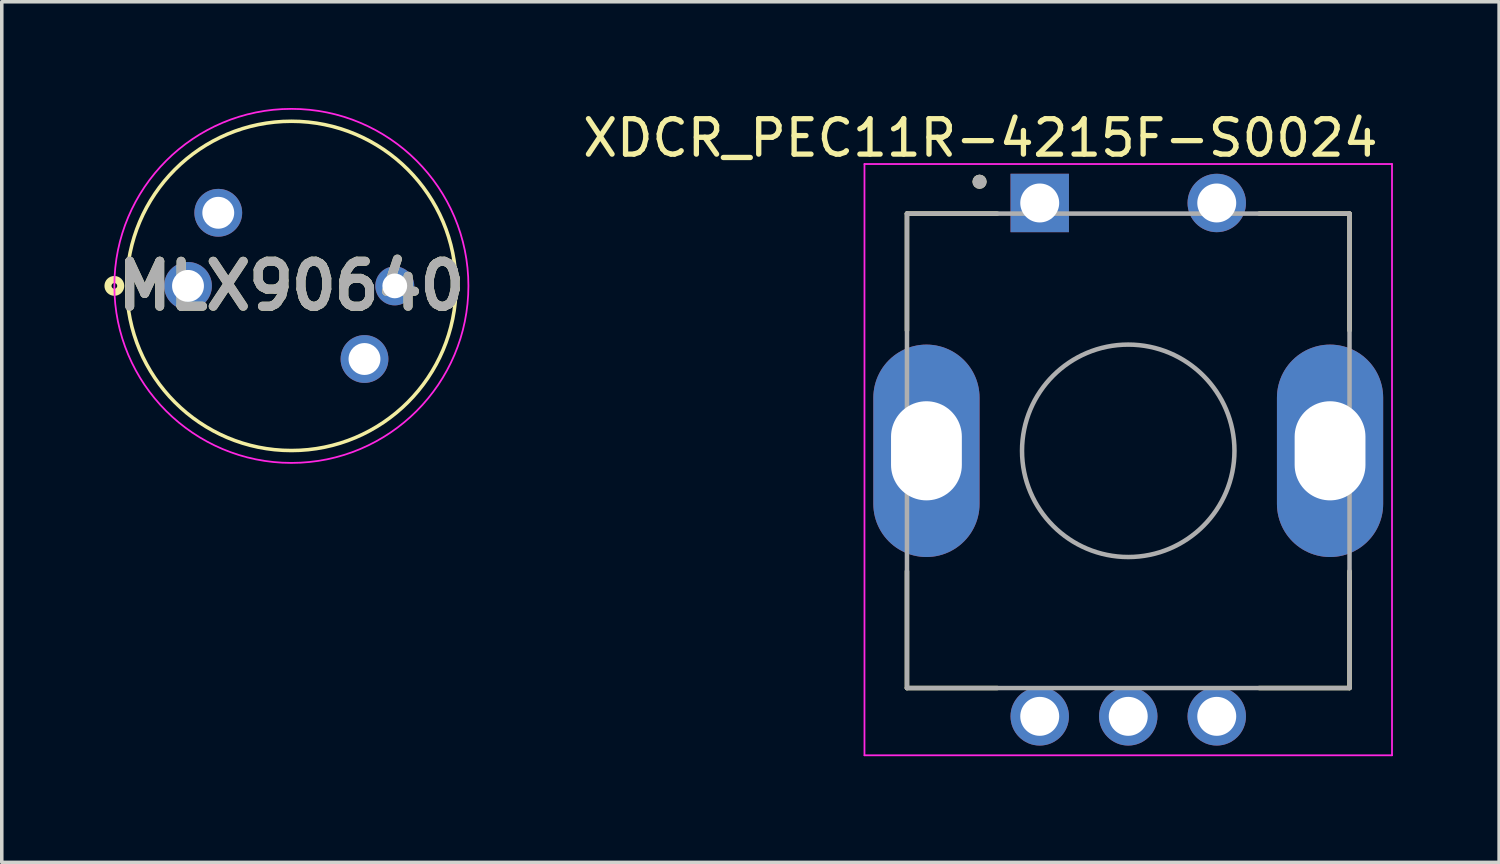
<source format=kicad_pcb>
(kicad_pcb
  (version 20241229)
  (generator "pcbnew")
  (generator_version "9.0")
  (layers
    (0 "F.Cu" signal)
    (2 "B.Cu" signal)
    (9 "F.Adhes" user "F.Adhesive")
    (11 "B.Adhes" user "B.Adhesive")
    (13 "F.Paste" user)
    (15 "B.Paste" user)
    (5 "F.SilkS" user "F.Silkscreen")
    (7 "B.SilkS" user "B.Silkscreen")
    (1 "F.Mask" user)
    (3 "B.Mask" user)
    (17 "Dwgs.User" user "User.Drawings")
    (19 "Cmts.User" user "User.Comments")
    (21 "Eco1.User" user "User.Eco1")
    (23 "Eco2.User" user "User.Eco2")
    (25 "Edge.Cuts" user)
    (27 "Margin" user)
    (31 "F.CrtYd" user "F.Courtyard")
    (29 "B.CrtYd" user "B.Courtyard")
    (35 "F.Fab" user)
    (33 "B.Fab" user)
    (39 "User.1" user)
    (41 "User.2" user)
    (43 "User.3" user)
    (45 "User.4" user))
  (footprint "XDCR_PEC11R-4215F-S0024"
    (layer "F.Cu")
    (at 28.817 9.683)
    (property "Reference" "XDCR_PEC11R-4215F-S0024" (at -4.175 -8.835 0) (layer "F.SilkS") (effects (font (size 1 1) (thickness 0.15))))
    (attr through_hole)
    (fp_line (start -6.25 -6.7) (end -3.7 -6.7) (stroke (width 0.127) (type solid)) (layer "F.SilkS"))
    (fp_line (start -6.25 -3.4) (end -6.25 -6.7) (stroke (width 0.127) (type solid)) (layer "F.SilkS"))
    (fp_line (start -6.25 3.4) (end -6.25 6.7) (stroke (width 0.127) (type solid)) (layer "F.SilkS"))
    (fp_line (start -6.25 6.7) (end -3.7 6.7) (stroke (width 0.127) (type solid)) (layer "F.SilkS"))
    (fp_line (start 3.7 -6.7) (end 6.25 -6.7) (stroke (width 0.127) (type solid)) (layer "F.SilkS"))
    (fp_line (start 3.7 6.7) (end 6.25 6.7) (stroke (width 0.127) (type solid)) (layer "F.SilkS"))
    (fp_line (start 6.25 -6.7) (end 6.25 -3.4) (stroke (width 0.127) (type solid)) (layer "F.SilkS"))
    (fp_line (start 6.25 6.7) (end 6.25 3.4) (stroke (width 0.127) (type solid)) (layer "F.SilkS"))
    (fp_circle (center -4.2 -7.6) (end -4.1 -7.6) (stroke (width 0.2) (type solid)) (fill no) (layer "F.SilkS"))
    (fp_line (start -7.45 -8.1) (end -7.45 8.6) (stroke (width 0.05) (type solid)) (layer "F.CrtYd"))
    (fp_line (start -7.45 8.6) (end 7.45 8.6) (stroke (width 0.05) (type solid)) (layer "F.CrtYd"))
    (fp_line (start 7.45 -8.1) (end -7.45 -8.1) (stroke (width 0.05) (type solid)) (layer "F.CrtYd"))
    (fp_line (start 7.45 8.6) (end 7.45 -8.1) (stroke (width 0.05) (type solid)) (layer "F.CrtYd"))
    (fp_line (start -6.25 -6.7) (end 6.25 -6.7) (stroke (width 0.127) (type solid)) (layer "F.Fab"))
    (fp_line (start -6.25 6.7) (end -6.25 -6.7) (stroke (width 0.127) (type solid)) (layer "F.Fab"))
    (fp_line (start 6.25 -6.7) (end 6.25 6.7) (stroke (width 0.127) (type solid)) (layer "F.Fab"))
    (fp_line (start 6.25 6.7) (end -6.25 6.7) (stroke (width 0.127) (type solid)) (layer "F.Fab"))
    (fp_circle (center -4.2 -7.6) (end -4.1 -7.6) (stroke (width 0.2) (type solid)) (fill no) (layer "F.Fab"))
    (fp_circle (center 0 0) (end 3 0) (stroke (width 0.127) (type solid)) (fill no) (layer "F.Fab"))
    (pad "A" thru_hole circle (at -2.5 7.5) (size 1.65 1.65) (drill 1.1) (layers "*.Cu" "*.Mask"))
    (pad "B" thru_hole circle (at 2.5 7.5) (size 1.65 1.65) (drill 1.1) (layers "*.Cu" "*.Mask"))
    (pad "C" thru_hole circle (at 0 7.5) (size 1.65 1.65) (drill 1.1) (layers "*.Cu" "*.Mask"))
    (pad "MP" thru_hole oval (at -5.7 0) (size 3 6) (drill oval 2 2.8) (layers "*.Cu" "*.Mask"))
    (pad "MP" thru_hole oval (at 5.7 0) (size 3 6) (drill oval 2 2.8) (layers "*.Cu" "*.Mask"))
    (pad "S1" thru_hole rect (at -2.5 -7) (size 1.65 1.65) (drill 1.1) (layers "*.Cu" "*.Mask"))
    (pad "S2" thru_hole circle (at 2.5 -7) (size 1.65 1.65) (drill 1.1) (layers "*.Cu" "*.Mask")))
  (footprint "MLX90640"
    (layer "F.Cu")
    (at 2.26 5.025)
    (property "Reference" "MLX90640" (at 2.92 0 0) (layer "F.SilkS") (effects (font (size 1.27 1.27) (thickness 0.254))))
    (attr through_hole)
    (fp_line (start -1.68 0) (end -1.68 0) (stroke (width 0.1) (type solid)) (layer "F.SilkS"))
    (fp_line (start 7.52 0) (end 7.52 0) (stroke (width 0.1) (type solid)) (layer "F.SilkS"))
    (fp_circle (center -2.08 0) (end -2 0) (stroke (width 0.2) (type solid)) (fill no) (layer "F.SilkS"))
    (fp_circle (center 2.92 0) (end 7.57 0) (stroke (width 0.1) (type solid)) (fill no) (layer "F.SilkS"))
    (fp_circle (center 2.92 0) (end 7.92 0) (stroke (width 0.05) (type solid)) (fill no) (layer "F.CrtYd"))
    (fp_line (start -1.68 0) (end -1.68 0) (stroke (width 0.1) (type solid)) (layer "F.Fab"))
    (fp_line (start 7.52 0) (end 7.52 0) (stroke (width 0.1) (type solid)) (layer "F.Fab"))
    (fp_text user "${REFERENCE}" (at 2.92 0 0) (layer "F.Fab") (effects (font (size 1.27 1.27) (thickness 0.254))))
    (pad "1" thru_hole circle (at 0 0) (size 1.35 1.35) (drill 0.9) (layers "*.Cu" "*.Mask"))
    (pad "2" thru_hole circle (at 4.985 2.065) (size 1.35 1.35) (drill 0.9) (layers "*.Cu" "*.Mask"))
    (pad "3" thru_hole circle (at 5.84 0) (size 1.1 1.1) (drill 0.7) (layers "*.Cu" "*.Mask"))
    (pad "4" thru_hole circle (at 0.855 -2.065) (size 1.35 1.35) (drill 0.9) (layers "*.Cu" "*.Mask")))
  (gr_rect
    (start -3 -3)
    (end 39.292 21.308)
    (stroke (width 0.1) (type default))
    (fill no)
    (layer "Edge.Cuts")))
</source>
